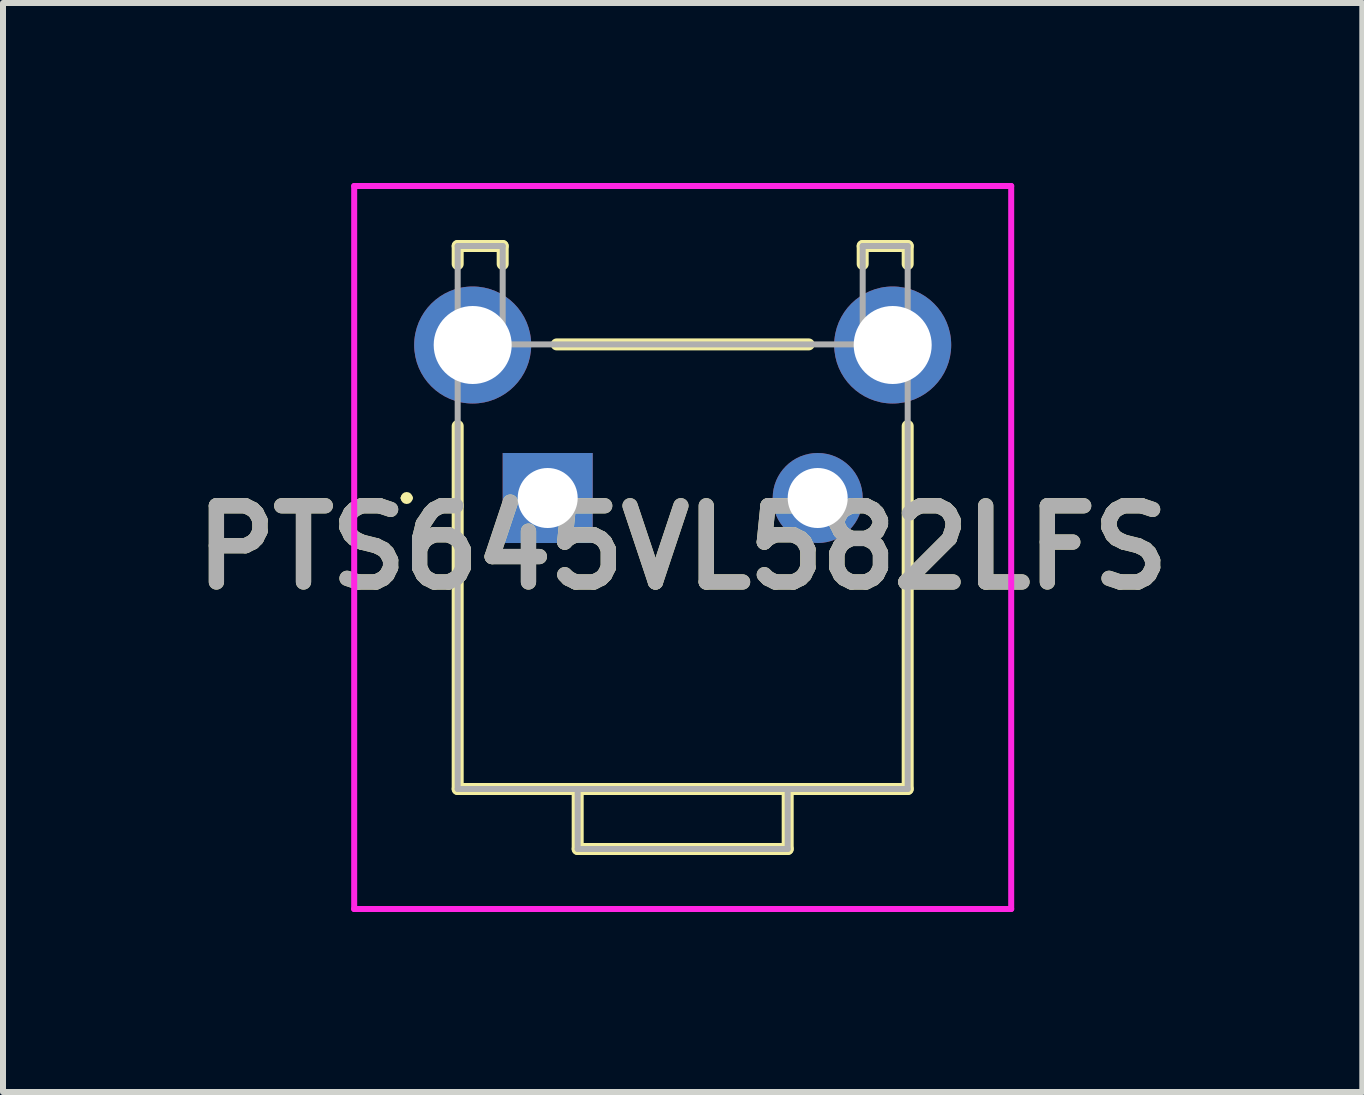
<source format=kicad_pcb>
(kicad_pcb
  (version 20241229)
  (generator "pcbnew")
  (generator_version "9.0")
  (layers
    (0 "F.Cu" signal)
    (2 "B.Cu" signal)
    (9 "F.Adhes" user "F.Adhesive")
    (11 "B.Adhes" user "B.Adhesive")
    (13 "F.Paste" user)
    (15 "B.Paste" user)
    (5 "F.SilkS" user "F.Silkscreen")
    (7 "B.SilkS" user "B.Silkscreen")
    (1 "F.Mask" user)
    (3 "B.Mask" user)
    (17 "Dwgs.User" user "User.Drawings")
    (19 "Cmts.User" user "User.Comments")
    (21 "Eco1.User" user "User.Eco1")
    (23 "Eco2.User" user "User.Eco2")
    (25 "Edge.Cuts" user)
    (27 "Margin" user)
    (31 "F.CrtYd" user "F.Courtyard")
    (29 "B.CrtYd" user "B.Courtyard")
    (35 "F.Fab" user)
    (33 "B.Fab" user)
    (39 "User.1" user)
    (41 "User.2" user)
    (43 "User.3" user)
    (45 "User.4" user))
  (footprint "PTS645VL582LFS"
    (layer "F.Cu")
    (at 6.078 5.25)
    (property "Reference" "PTS645VL582LFS" (at 2.25 0.825 0) (layer "F.SilkS") (effects (font (size 1.27 1.27) (thickness 0.254))))
    (attr through_hole)
    (fp_line (start -2.4 0) (end -2.4 0) (stroke (width 0.1) (type solid)) (layer "F.SilkS"))
    (fp_line (start -2.3 0) (end -2.3 0) (stroke (width 0.1) (type solid)) (layer "F.SilkS"))
    (fp_line (start -1.5 -4.2) (end -0.75 -4.2) (stroke (width 0.2) (type solid)) (layer "F.SilkS"))
    (fp_line (start -1.5 -3.9) (end -1.5 -4.2) (stroke (width 0.2) (type solid)) (layer "F.SilkS"))
    (fp_line (start -1.5 -1.2) (end -1.5 4.85) (stroke (width 0.2) (type solid)) (layer "F.SilkS"))
    (fp_line (start -1.5 4.85) (end 6 4.85) (stroke (width 0.2) (type solid)) (layer "F.SilkS"))
    (fp_line (start -0.75 -4.2) (end -0.75 -3.9) (stroke (width 0.2) (type solid)) (layer "F.SilkS"))
    (fp_line (start 0.15 -2.56) (end 4.35 -2.56) (stroke (width 0.2) (type solid)) (layer "F.SilkS"))
    (fp_line (start 0.5 4.85) (end 0.5 5.85) (stroke (width 0.2) (type solid)) (layer "F.SilkS"))
    (fp_line (start 0.5 5.85) (end 4 5.85) (stroke (width 0.2) (type solid)) (layer "F.SilkS"))
    (fp_line (start 4 5.85) (end 4 4.85) (stroke (width 0.2) (type solid)) (layer "F.SilkS"))
    (fp_line (start 5.25 -4.2) (end 6 -4.2) (stroke (width 0.2) (type solid)) (layer "F.SilkS"))
    (fp_line (start 5.25 -3.9) (end 5.25 -4.2) (stroke (width 0.2) (type solid)) (layer "F.SilkS"))
    (fp_line (start 6 -4.2) (end 6 -3.9) (stroke (width 0.2) (type solid)) (layer "F.SilkS"))
    (fp_line (start 6 4.85) (end 6 -1.2) (stroke (width 0.2) (type solid)) (layer "F.SilkS"))
    (fp_arc (start -2.4 0) (mid -2.35 -0.05) (end -2.3 0) (stroke (width 0.1) (type solid)) (layer "F.SilkS"))
    (fp_arc (start -2.3 0) (mid -2.35 0.05) (end -2.4 0) (stroke (width 0.1) (type solid)) (layer "F.SilkS"))
    (fp_line (start -3.225 -5.2) (end 7.725 -5.2) (stroke (width 0.1) (type solid)) (layer "F.CrtYd"))
    (fp_line (start -3.225 6.85) (end -3.225 -5.2) (stroke (width 0.1) (type solid)) (layer "F.CrtYd"))
    (fp_line (start 7.725 -5.2) (end 7.725 6.85) (stroke (width 0.1) (type solid)) (layer "F.CrtYd"))
    (fp_line (start 7.725 6.85) (end -3.225 6.85) (stroke (width 0.1) (type solid)) (layer "F.CrtYd"))
    (fp_line (start -1.5 -4.2) (end -0.75 -4.2) (stroke (width 0.1) (type solid)) (layer "F.Fab"))
    (fp_line (start -1.5 -2.56) (end -1.5 -4.2) (stroke (width 0.1) (type solid)) (layer "F.Fab"))
    (fp_line (start -1.5 -2.56) (end 6 -2.56) (stroke (width 0.1) (type solid)) (layer "F.Fab"))
    (fp_line (start -1.5 4.85) (end -1.5 -2.56) (stroke (width 0.1) (type solid)) (layer "F.Fab"))
    (fp_line (start -0.75 -4.2) (end -0.75 -2.56) (stroke (width 0.1) (type solid)) (layer "F.Fab"))
    (fp_line (start 0.5 4.85) (end 0.5 5.85) (stroke (width 0.1) (type solid)) (layer "F.Fab"))
    (fp_line (start 0.5 5.85) (end 4 5.85) (stroke (width 0.1) (type solid)) (layer "F.Fab"))
    (fp_line (start 4 5.85) (end 4 4.85) (stroke (width 0.1) (type solid)) (layer "F.Fab"))
    (fp_line (start 5.25 -4.2) (end 6 -4.2) (stroke (width 0.1) (type solid)) (layer "F.Fab"))
    (fp_line (start 5.25 -2.56) (end 5.25 -4.2) (stroke (width 0.1) (type solid)) (layer "F.Fab"))
    (fp_line (start 6 -4.2) (end 6 -2.56) (stroke (width 0.1) (type solid)) (layer "F.Fab"))
    (fp_line (start 6 -2.56) (end 6 4.85) (stroke (width 0.1) (type solid)) (layer "F.Fab"))
    (fp_line (start 6 4.85) (end -1.5 4.85) (stroke (width 0.1) (type solid)) (layer "F.Fab"))
    (fp_text user "${REFERENCE}" (at 2.25 0.825 0) (layer "F.Fab") (effects (font (size 1.27 1.27) (thickness 0.254))))
    (pad "1" thru_hole rect (at 0 0) (size 1.5 1.5) (drill 1) (layers "*.Cu" "*.Mask"))
    (pad "2" thru_hole circle (at 4.5 0) (size 1.5 1.5) (drill 1) (layers "*.Cu" "*.Mask"))
    (pad "3" thru_hole circle (at -1.25 -2.55) (size 1.95 1.95) (drill 1.3) (layers "*.Cu" "*.Mask"))
    (pad "4" thru_hole circle (at 5.75 -2.55) (size 1.95 1.95) (drill 1.3) (layers "*.Cu" "*.Mask")))
  (gr_rect
    (start -3 -3)
    (end 19.655 15.15)
    (stroke (width 0.1) (type default))
    (fill no)
    (layer "Edge.Cuts")))
</source>
